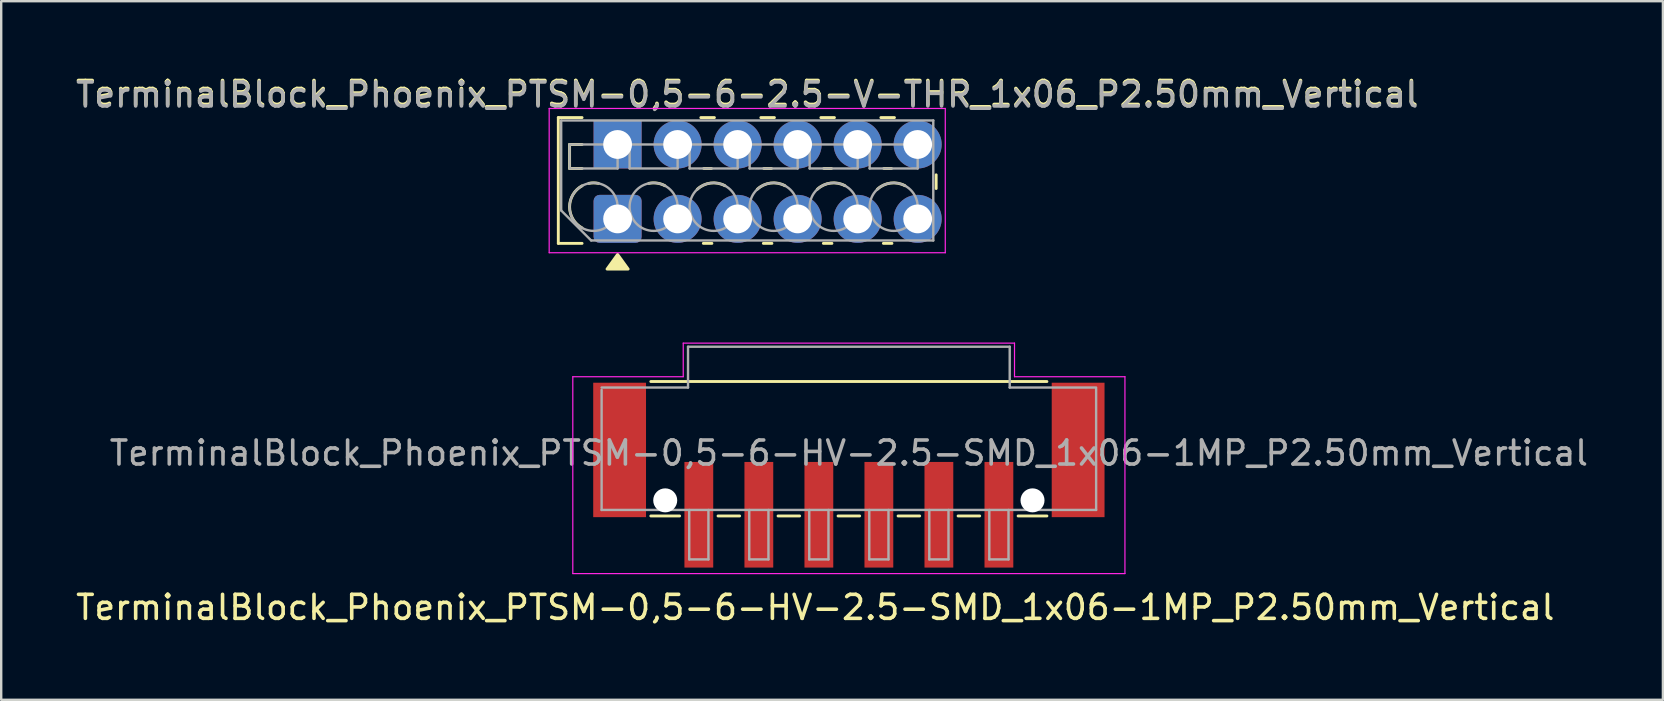
<source format=kicad_pcb>
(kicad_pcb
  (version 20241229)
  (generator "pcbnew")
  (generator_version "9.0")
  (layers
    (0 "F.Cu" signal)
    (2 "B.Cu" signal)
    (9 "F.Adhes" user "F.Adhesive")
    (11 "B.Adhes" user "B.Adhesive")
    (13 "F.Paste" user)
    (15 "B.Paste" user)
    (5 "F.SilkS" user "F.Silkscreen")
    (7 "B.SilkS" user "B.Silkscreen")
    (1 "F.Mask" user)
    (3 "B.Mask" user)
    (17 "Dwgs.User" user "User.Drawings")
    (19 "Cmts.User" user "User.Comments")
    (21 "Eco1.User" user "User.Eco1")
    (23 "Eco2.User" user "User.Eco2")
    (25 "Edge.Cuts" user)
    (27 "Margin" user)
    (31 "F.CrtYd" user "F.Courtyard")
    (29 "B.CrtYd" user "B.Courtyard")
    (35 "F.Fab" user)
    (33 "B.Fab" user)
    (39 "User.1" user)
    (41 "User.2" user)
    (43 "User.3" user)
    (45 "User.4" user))
  (footprint "TerminalBlock_Phoenix_PTSM-0,5-6-HV-2.5-SMD_1x06-1MP_P2.50mm_Vertical"
    (layer "F.Cu")
    (at 32.311 16.743)
    (property "Reference" "TerminalBlock_Phoenix_PTSM-0,5-6-HV-2.5-SMD_1x06-1MP_P2.50mm_Vertical" (at -1.4 5.51 0) (layer "F.SilkS") (effects (font (size 1 1) (thickness 0.15))))
    (attr smd)
    (fp_line (start -8.25 -3.9) (end 8.25 -3.9) (stroke (width 0.12) (type solid)) (layer "F.SilkS"))
    (fp_line (start -7.05 1.7) (end -8.25 1.7) (stroke (width 0.12) (type solid)) (layer "F.SilkS"))
    (fp_line (start -4.55 1.7) (end -5.45 1.7) (stroke (width 0.12) (type solid)) (layer "F.SilkS"))
    (fp_line (start -2.05 1.7) (end -2.95 1.7) (stroke (width 0.12) (type solid)) (layer "F.SilkS"))
    (fp_line (start 0.45 1.7) (end -0.45 1.7) (stroke (width 0.12) (type solid)) (layer "F.SilkS"))
    (fp_line (start 2.95 1.7) (end 2.05 1.7) (stroke (width 0.12) (type solid)) (layer "F.SilkS"))
    (fp_line (start 5.45 1.7) (end 4.55 1.7) (stroke (width 0.12) (type solid)) (layer "F.SilkS"))
    (fp_line (start 8.25 1.7) (end 7.05 1.7) (stroke (width 0.12) (type solid)) (layer "F.SilkS"))
    (fp_line (start -11.5 -4.1) (end -6.9 -4.1) (stroke (width 0.05) (type solid)) (layer "F.CrtYd"))
    (fp_line (start -11.5 4.1) (end -11.5 -4.1) (stroke (width 0.05) (type solid)) (layer "F.CrtYd"))
    (fp_line (start -6.9 -5.5) (end 6.9 -5.5) (stroke (width 0.05) (type solid)) (layer "F.CrtYd"))
    (fp_line (start -6.9 -4.1) (end -6.9 -5.5) (stroke (width 0.05) (type solid)) (layer "F.CrtYd"))
    (fp_line (start 6.9 -4.1) (end 6.9 -5.5) (stroke (width 0.05) (type solid)) (layer "F.CrtYd"))
    (fp_line (start 11.5 -4.1) (end 6.9 -4.1) (stroke (width 0.05) (type solid)) (layer "F.CrtYd"))
    (fp_line (start 11.5 -4.1) (end 11.5 4.1) (stroke (width 0.05) (type solid)) (layer "F.CrtYd"))
    (fp_line (start 11.5 4.1) (end -11.5 4.1) (stroke (width 0.05) (type solid)) (layer "F.CrtYd"))
    (fp_line (start -10.3 -3.65) (end -6.7 -3.65) (stroke (width 0.1) (type solid)) (layer "F.Fab"))
    (fp_line (start -10.3 1.45) (end -10.3 -3.55) (stroke (width 0.1) (type solid)) (layer "F.Fab"))
    (fp_line (start -6.7 -5.35) (end 6.7 -5.35) (stroke (width 0.1) (type solid)) (layer "F.Fab"))
    (fp_line (start -6.7 -3.65) (end -6.7 -5.35) (stroke (width 0.1) (type solid)) (layer "F.Fab"))
    (fp_line (start -6.65 1.45) (end -6.65 3.51) (stroke (width 0.1) (type solid)) (layer "F.Fab"))
    (fp_line (start -6.65 3.51) (end -5.85 3.51) (stroke (width 0.1) (type solid)) (layer "F.Fab"))
    (fp_line (start -5.85 1.45) (end -5.85 3.51) (stroke (width 0.1) (type solid)) (layer "F.Fab"))
    (fp_line (start -4.15 1.45) (end -4.15 3.51) (stroke (width 0.1) (type solid)) (layer "F.Fab"))
    (fp_line (start -4.15 3.51) (end -3.35 3.51) (stroke (width 0.1) (type solid)) (layer "F.Fab"))
    (fp_line (start -3.35 1.45) (end -3.35 3.51) (stroke (width 0.1) (type solid)) (layer "F.Fab"))
    (fp_line (start -1.65 1.45) (end -1.65 3.51) (stroke (width 0.1) (type solid)) (layer "F.Fab"))
    (fp_line (start -1.65 3.51) (end -0.85 3.51) (stroke (width 0.1) (type solid)) (layer "F.Fab"))
    (fp_line (start -0.85 1.45) (end -0.85 3.51) (stroke (width 0.1) (type solid)) (layer "F.Fab"))
    (fp_line (start 0.85 1.45) (end 0.85 3.51) (stroke (width 0.1) (type solid)) (layer "F.Fab"))
    (fp_line (start 0.85 3.51) (end 1.65 3.51) (stroke (width 0.1) (type solid)) (layer "F.Fab"))
    (fp_line (start 1.65 1.45) (end 1.65 3.51) (stroke (width 0.1) (type solid)) (layer "F.Fab"))
    (fp_line (start 3.35 1.45) (end 3.35 3.51) (stroke (width 0.1) (type solid)) (layer "F.Fab"))
    (fp_line (start 3.35 3.51) (end 4.15 3.51) (stroke (width 0.1) (type solid)) (layer "F.Fab"))
    (fp_line (start 4.15 1.45) (end 4.15 3.51) (stroke (width 0.1) (type solid)) (layer "F.Fab"))
    (fp_line (start 5.85 1.45) (end 5.85 3.51) (stroke (width 0.1) (type solid)) (layer "F.Fab"))
    (fp_line (start 5.85 3.51) (end 6.65 3.51) (stroke (width 0.1) (type solid)) (layer "F.Fab"))
    (fp_line (start 6.65 1.45) (end 6.65 3.51) (stroke (width 0.1) (type solid)) (layer "F.Fab"))
    (fp_line (start 6.7 -5.35) (end 6.7 -3.65) (stroke (width 0.1) (type solid)) (layer "F.Fab"))
    (fp_line (start 6.7 -3.65) (end 10.3 -3.65) (stroke (width 0.1) (type solid)) (layer "F.Fab"))
    (fp_line (start 10.3 1.45) (end -10.3 1.45) (stroke (width 0.1) (type solid)) (layer "F.Fab"))
    (fp_line (start 10.3 1.45) (end 10.3 -3.6) (stroke (width 0.1) (type solid)) (layer "F.Fab"))
    (fp_text user "${REFERENCE}" (at 0 -0.92 0) (layer "F.Fab") (effects (font (size 1 1) (thickness 0.15))))
    (pad "" np_thru_hole circle (at -7.65 1.05) (size 1 1) (drill 1) (layers "*.Cu" "*.Mask"))
    (pad "" np_thru_hole circle (at 7.65 1.05) (size 1 1) (drill 1) (layers "*.Cu" "*.Mask"))
    (pad "1" smd rect (at -6.25 1.65 180) (size 1.2 4.4) (layers "F.Cu" "F.Mask" "F.Paste"))
    (pad "2" smd rect (at -3.75 1.65 180) (size 1.2 4.4) (layers "F.Cu" "F.Mask" "F.Paste"))
    (pad "3" smd rect (at -1.25 1.65 180) (size 1.2 4.4) (layers "F.Cu" "F.Mask" "F.Paste"))
    (pad "4" smd rect (at 1.25 1.65 180) (size 1.2 4.4) (layers "F.Cu" "F.Mask" "F.Paste"))
    (pad "5" smd rect (at 3.75 1.65 180) (size 1.2 4.4) (layers "F.Cu" "F.Mask" "F.Paste"))
    (pad "6" smd rect (at 6.25 1.65 180) (size 1.2 4.4) (layers "F.Cu" "F.Mask" "F.Paste"))
    (pad "MP" smd rect (at -9.55 -1.05 180) (size 2.2 5.6) (layers "F.Cu" "F.Mask" "F.Paste"))
    (pad "MP" smd rect (at 9.55 -1.05 180) (size 2.2 5.6) (layers "F.Cu" "F.Mask" "F.Paste")))
  (footprint "TerminalBlock_Phoenix_PTSM-0,5-6-2.5-V-THR_1x06_P2.50mm_Vertical"
    (layer "F.Cu")
    (at 22.677 6.068)
    (property "Reference" "TerminalBlock_Phoenix_PTSM-0,5-6-2.5-V-THR_1x06_P2.50mm_Vertical" (at 5.4 -5.22 0) (layer "F.SilkS") (effects (font (size 1 1) (thickness 0.15))))
    (attr through_hole)
    (fp_line (start -2.47 -4.22) (end -1.48 -4.22) (stroke (width 0.12) (type solid)) (layer "F.SilkS"))
    (fp_line (start -2.47 1.02) (end -2.47 -4.22) (stroke (width 0.12) (type solid)) (layer "F.SilkS"))
    (fp_line (start -2 -3.1) (end -1.48 -3.1) (stroke (width 0.12) (type solid)) (layer "F.SilkS"))
    (fp_line (start -2 -2.1) (end -2 -3.1) (stroke (width 0.12) (type solid)) (layer "F.SilkS"))
    (fp_line (start -1.48 -2.1) (end -2 -2.1) (stroke (width 0.12) (type solid)) (layer "F.SilkS"))
    (fp_line (start -1.48 1.02) (end -2.47 1.02) (stroke (width 0.12) (type solid)) (layer "F.SilkS"))
    (fp_line (start 3.467 -4.22) (end 4.033 -4.22) (stroke (width 0.12) (type solid)) (layer "F.SilkS"))
    (fp_line (start 3.909 -2.1) (end 3.591 -2.1) (stroke (width 0.12) (type solid)) (layer "F.SilkS"))
    (fp_line (start 3.928 1.02) (end 3.572 1.02) (stroke (width 0.12) (type solid)) (layer "F.SilkS"))
    (fp_line (start 5.967 -4.22) (end 6.533 -4.22) (stroke (width 0.12) (type solid)) (layer "F.SilkS"))
    (fp_line (start 6.409 -2.1) (end 6.091 -2.1) (stroke (width 0.12) (type solid)) (layer "F.SilkS"))
    (fp_line (start 6.428 1.02) (end 6.072 1.02) (stroke (width 0.12) (type solid)) (layer "F.SilkS"))
    (fp_line (start 8.467 -4.22) (end 9.033 -4.22) (stroke (width 0.12) (type solid)) (layer "F.SilkS"))
    (fp_line (start 8.909 -2.1) (end 8.591 -2.1) (stroke (width 0.12) (type solid)) (layer "F.SilkS"))
    (fp_line (start 8.928 1.02) (end 8.572 1.02) (stroke (width 0.12) (type solid)) (layer "F.SilkS"))
    (fp_line (start 10.967 -4.22) (end 11.533 -4.22) (stroke (width 0.12) (type solid)) (layer "F.SilkS"))
    (fp_line (start 11.409 -2.1) (end 11.091 -2.1) (stroke (width 0.12) (type solid)) (layer "F.SilkS"))
    (fp_line (start 11.428 1.02) (end 11.072 1.02) (stroke (width 0.12) (type solid)) (layer "F.SilkS"))
    (fp_line (start 13.27 -1.836) (end 13.27 -1.264) (stroke (width 0.12) (type solid)) (layer "F.SilkS"))
    (fp_arc (start -1.48 0.377) (mid -2 -0.5) (end -1.48 -1.377) (stroke (width 0.12) (type solid)) (layer "F.SilkS"))
    (fp_arc (start -1.199 -1.48) (mid -1 -1.5) (end -0.801 -1.48) (stroke (width 0.12) (type solid)) (layer "F.SilkS"))
    (fp_arc (start 1.301 -1.48) (mid 1.644617 -1.48991) (end 1.971 -1.382) (stroke (width 0.12) (type solid)) (layer "F.SilkS"))
    (fp_arc (start 3.319 -1.233) (mid 3.871134 -1.492017) (end 4.471 -1.382) (stroke (width 0.12) (type solid)) (layer "F.SilkS"))
    (fp_arc (start 5.819 -1.233) (mid 6.371134 -1.492017) (end 6.971 -1.382) (stroke (width 0.12) (type solid)) (layer "F.SilkS"))
    (fp_arc (start 8.319 -1.233) (mid 8.871134 -1.492017) (end 9.471 -1.382) (stroke (width 0.12) (type solid)) (layer "F.SilkS"))
    (fp_arc (start 10.819 -1.233) (mid 11.371134 -1.492017) (end 11.971 -1.382) (stroke (width 0.12) (type solid)) (layer "F.SilkS"))
    (fp_poly (pts (xy 0 1.48) (xy 0.44 2.09) (xy -0.44 2.09)) (stroke (width 0.12) (type solid)) (fill yes) (layer "F.SilkS"))
    (fp_line (start -2.85 -4.6) (end -2.85 1.41) (stroke (width 0.05) (type solid)) (layer "F.CrtYd"))
    (fp_line (start -2.85 1.41) (end 13.65 1.41) (stroke (width 0.05) (type solid)) (layer "F.CrtYd"))
    (fp_line (start 13.65 -4.6) (end -2.85 -4.6) (stroke (width 0.05) (type solid)) (layer "F.CrtYd"))
    (fp_line (start 13.65 1.41) (end 13.65 -4.6) (stroke (width 0.05) (type solid)) (layer "F.CrtYd"))
    (fp_line (start -2.35 -4.1) (end 13.15 -4.1) (stroke (width 0.1) (type solid)) (layer "F.Fab"))
    (fp_line (start -2.35 -0.35) (end -2.35 -4.1) (stroke (width 0.1) (type solid)) (layer "F.Fab"))
    (fp_line (start -2 -3.1) (end -2 -2.1) (stroke (width 0.1) (type solid)) (layer "F.Fab"))
    (fp_line (start -2 -2.1) (end 0 -2.1) (stroke (width 0.1) (type solid)) (layer "F.Fab"))
    (fp_line (start -1.1 0.9) (end -2.35 -0.35) (stroke (width 0.1) (type solid)) (layer "F.Fab"))
    (fp_line (start 0 -3.1) (end -2 -3.1) (stroke (width 0.1) (type solid)) (layer "F.Fab"))
    (fp_line (start 0 -2.1) (end 0 -3.1) (stroke (width 0.1) (type solid)) (layer "F.Fab"))
    (fp_line (start 0.5 -3.1) (end 0.5 -2.1) (stroke (width 0.1) (type solid)) (layer "F.Fab"))
    (fp_line (start 0.5 -2.1) (end 2.5 -2.1) (stroke (width 0.1) (type solid)) (layer "F.Fab"))
    (fp_line (start 2.5 -3.1) (end 0.5 -3.1) (stroke (width 0.1) (type solid)) (layer "F.Fab"))
    (fp_line (start 2.5 -2.1) (end 2.5 -3.1) (stroke (width 0.1) (type solid)) (layer "F.Fab"))
    (fp_line (start 3 -3.1) (end 3 -2.1) (stroke (width 0.1) (type solid)) (layer "F.Fab"))
    (fp_line (start 3 -2.1) (end 5 -2.1) (stroke (width 0.1) (type solid)) (layer "F.Fab"))
    (fp_line (start 5 -3.1) (end 3 -3.1) (stroke (width 0.1) (type solid)) (layer "F.Fab"))
    (fp_line (start 5 -2.1) (end 5 -3.1) (stroke (width 0.1) (type solid)) (layer "F.Fab"))
    (fp_line (start 5.5 -3.1) (end 5.5 -2.1) (stroke (width 0.1) (type solid)) (layer "F.Fab"))
    (fp_line (start 5.5 -2.1) (end 7.5 -2.1) (stroke (width 0.1) (type solid)) (layer "F.Fab"))
    (fp_line (start 7.5 -3.1) (end 5.5 -3.1) (stroke (width 0.1) (type solid)) (layer "F.Fab"))
    (fp_line (start 7.5 -2.1) (end 7.5 -3.1) (stroke (width 0.1) (type solid)) (layer "F.Fab"))
    (fp_line (start 8 -3.1) (end 8 -2.1) (stroke (width 0.1) (type solid)) (layer "F.Fab"))
    (fp_line (start 8 -2.1) (end 10 -2.1) (stroke (width 0.1) (type solid)) (layer "F.Fab"))
    (fp_line (start 10 -3.1) (end 8 -3.1) (stroke (width 0.1) (type solid)) (layer "F.Fab"))
    (fp_line (start 10 -2.1) (end 10 -3.1) (stroke (width 0.1) (type solid)) (layer "F.Fab"))
    (fp_line (start 10.5 -3.1) (end 10.5 -2.1) (stroke (width 0.1) (type solid)) (layer "F.Fab"))
    (fp_line (start 10.5 -2.1) (end 12.5 -2.1) (stroke (width 0.1) (type solid)) (layer "F.Fab"))
    (fp_line (start 12.5 -3.1) (end 10.5 -3.1) (stroke (width 0.1) (type solid)) (layer "F.Fab"))
    (fp_line (start 12.5 -2.1) (end 12.5 -3.1) (stroke (width 0.1) (type solid)) (layer "F.Fab"))
    (fp_line (start 13.15 -4.1) (end 13.15 0.9) (stroke (width 0.1) (type solid)) (layer "F.Fab"))
    (fp_line (start 13.15 0.9) (end -1.1 0.9) (stroke (width 0.1) (type solid)) (layer "F.Fab"))
    (fp_circle (center -1 -0.5) (end 0 -0.5) (stroke (width 0.1) (type solid)) (fill no) (layer "F.Fab"))
    (fp_circle (center 1.5 -0.5) (end 2.5 -0.5) (stroke (width 0.1) (type solid)) (fill no) (layer "F.Fab"))
    (fp_circle (center 4 -0.5) (end 5 -0.5) (stroke (width 0.1) (type solid)) (fill no) (layer "F.Fab"))
    (fp_circle (center 6.5 -0.5) (end 7.5 -0.5) (stroke (width 0.1) (type solid)) (fill no) (layer "F.Fab"))
    (fp_circle (center 9 -0.5) (end 10 -0.5) (stroke (width 0.1) (type solid)) (fill no) (layer "F.Fab"))
    (fp_circle (center 11.5 -0.5) (end 12.5 -0.5) (stroke (width 0.1) (type solid)) (fill no) (layer "F.Fab"))
    (fp_text user "${REFERENCE}" (at 5.4 -5.16 0) (layer "F.Fab") (effects (font (size 1 1) (thickness 0.15))))
    (pad "1" thru_hole rect (at 0 -3.1) (size 2 2) (drill 1.2) (layers "*.Cu" "*.Mask"))
    (pad "1" thru_hole roundrect (at 0 0) (size 2 2) (drill 1.2) (layers "*.Cu" "*.Mask") (roundrect_rratio 0.125))
    (pad "2" thru_hole circle (at 2.5 -3.1) (size 2 2) (drill 1.2) (layers "*.Cu" "*.Mask"))
    (pad "2" thru_hole circle (at 2.5 0) (size 2 2) (drill 1.2) (layers "*.Cu" "*.Mask"))
    (pad "3" thru_hole circle (at 5 -3.1) (size 2 2) (drill 1.2) (layers "*.Cu" "*.Mask"))
    (pad "3" thru_hole circle (at 5 0) (size 2 2) (drill 1.2) (layers "*.Cu" "*.Mask"))
    (pad "4" thru_hole circle (at 7.5 -3.1) (size 2 2) (drill 1.2) (layers "*.Cu" "*.Mask"))
    (pad "4" thru_hole circle (at 7.5 0) (size 2 2) (drill 1.2) (layers "*.Cu" "*.Mask"))
    (pad "5" thru_hole circle (at 10 -3.1) (size 2 2) (drill 1.2) (layers "*.Cu" "*.Mask"))
    (pad "5" thru_hole circle (at 10 0) (size 2 2) (drill 1.2) (layers "*.Cu" "*.Mask"))
    (pad "6" thru_hole circle (at 12.5 -3.1) (size 2 2) (drill 1.2) (layers "*.Cu" "*.Mask"))
    (pad "6" thru_hole circle (at 12.5 0) (size 2 2) (drill 1.2) (layers "*.Cu" "*.Mask")))
  (gr_rect
    (start -3 -3)
    (end 66.221 26.102)
    (stroke (width 0.1) (type default))
    (fill no)
    (layer "Edge.Cuts")))
</source>
